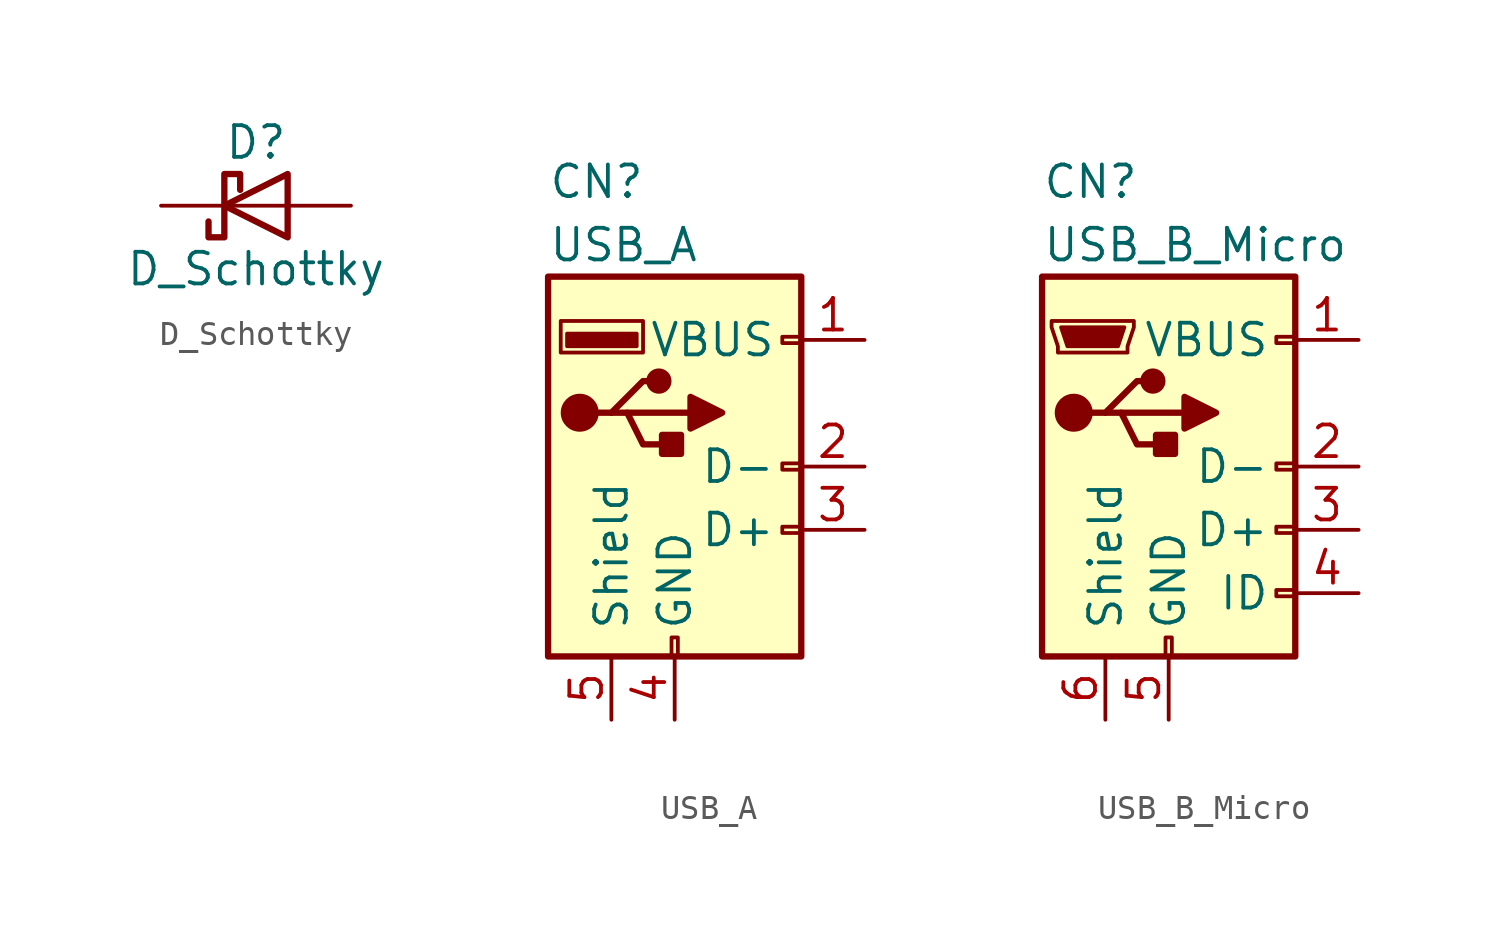
<source format=kicad_sym>
(kicad_symbol_lib
  (version 20211014)
  (generator kicad_symbol_editor)
  (symbol "D_Schottky"
    (pin_numbers hide)
    (pin_names
      (offset 1.016) hide)
    (property "Reference" "D"
      (at 0 2.54 0)
      (effects (font (size 1.27 1.27))))
    (property "Value" "D_Schottky"
      (at 0 -2.54 0)
      (effects (font (size 1.27 1.27))))
    (symbol "D_Schottky_0_1"
      (polyline (pts (xy 1.27 0) (xy -1.27 0)) (stroke (width 0) (type default) (color 0 0 0 0)) (fill (type none)))
      (polyline (pts (xy 1.27 1.27) (xy 1.27 -1.27) (xy -1.27 0) (xy 1.27 1.27)) (stroke (width 0.254) (type default) (color 0 0 0 0)) (fill (type none)))
      (polyline (pts (xy -0.635 0.635) (xy -0.635 1.27) (xy -1.27 1.27) (xy -1.27 -1.27) (xy -1.905 -1.27) (xy -1.905 -0.635)) (stroke (width 0.254) (type default) (color 0 0 0 0)) (fill (type none))))
    (symbol "D_Schottky_1_1"
      (pin passive line (at -3.81 0 0) (length 2.54) (name "K" (effects (font (size 1.27 1.27)))) (number "1" (effects (font (size 1.27 1.27)))))
      (pin passive line (at 3.81 0 180) (length 2.54) (name "A" (effects (font (size 1.27 1.27)))) (number "2" (effects (font (size 1.27 1.27)))))))
  (symbol "USB_A"
    (pin_names
      (offset 1.016))
    (property "Reference" "CN"
      (at -5.08 11.43 0)
      (effects (font (size 1.27 1.27)) (justify left)))
    (property "Value" "USB_A"
      (at -5.08 8.89 0)
      (effects (font (size 1.27 1.27)) (justify left)))
    (symbol "USB_A_0_1"
      (rectangle (start -5.08 -7.62) (end 5.08 7.62) (stroke (width 0.254) (type default) (color 0 0 0 0)) (fill (type background)))
      (circle (center -3.81 2.159) (radius 0.635) (stroke (width 0.254) (type default) (color 0 0 0 0)) (fill (type outline)))
      (rectangle (start -1.524 4.826) (end -4.318 5.334) (stroke (width 0) (type default) (color 0 0 0 0)) (fill (type outline)))
      (rectangle (start -1.27 4.572) (end -4.572 5.842) (stroke (width 0) (type default) (color 0 0 0 0)) (fill (type none)))
      (circle (center -0.635 3.429) (radius 0.381) (stroke (width 0.254) (type default) (color 0 0 0 0)) (fill (type outline)))
      (rectangle (start -0.127 -7.62) (end 0.127 -6.858) (stroke (width 0) (type default) (color 0 0 0 0)) (fill (type none)))
      (polyline (pts (xy -3.175 2.159) (xy -2.54 2.159) (xy -1.27 3.429) (xy -0.635 3.429)) (stroke (width 0.254) (type default) (color 0 0 0 0)) (fill (type none)))
      (polyline (pts (xy -2.54 2.159) (xy -1.905 2.159) (xy -1.27 0.889) (xy 0 0.889)) (stroke (width 0.254) (type default) (color 0 0 0 0)) (fill (type none)))
      (polyline (pts (xy 0.635 2.794) (xy 0.635 1.524) (xy 1.905 2.159) (xy 0.635 2.794)) (stroke (width 0.254) (type default) (color 0 0 0 0)) (fill (type outline)))
      (rectangle (start 0.254 1.27) (end -0.508 0.508) (stroke (width 0.254) (type default) (color 0 0 0 0)) (fill (type outline)))
      (rectangle (start 5.08 -2.667) (end 4.318 -2.413) (stroke (width 0) (type default) (color 0 0 0 0)) (fill (type none)))
      (rectangle (start 5.08 -0.127) (end 4.318 0.127) (stroke (width 0) (type default) (color 0 0 0 0)) (fill (type none)))
      (rectangle (start 5.08 4.953) (end 4.318 5.207) (stroke (width 0) (type default) (color 0 0 0 0)) (fill (type none))))
    (symbol "USB_A_1_1"
      (polyline (pts (xy -1.905 2.159) (xy 0.635 2.159)) (stroke (width 0.254) (type default) (color 0 0 0 0)) (fill (type none)))
      (pin power_in line (at 7.62 5.08 180) (length 2.54) (name "VBUS" (effects (font (size 1.27 1.27)))) (number "1" (effects (font (size 1.27 1.27)))))
      (pin bidirectional line (at 7.62 0 180) (length 2.54) (name "D-" (effects (font (size 1.27 1.27)))) (number "2" (effects (font (size 1.27 1.27)))))
      (pin bidirectional line (at 7.62 -2.54 180) (length 2.54) (name "D+" (effects (font (size 1.27 1.27)))) (number "3" (effects (font (size 1.27 1.27)))))
      (pin power_in line (at 0 -10.16 90) (length 2.54) (name "GND" (effects (font (size 1.27 1.27)))) (number "4" (effects (font (size 1.27 1.27)))))
      (pin passive line (at -2.54 -10.16 90) (length 2.54) (name "Shield" (effects (font (size 1.27 1.27)))) (number "5" (effects (font (size 1.27 1.27)))))))
  (symbol "USB_B_Micro"
    (pin_names
      (offset 1.016))
    (property "Reference" "CN"
      (at -5.08 11.43 0)
      (effects (font (size 1.27 1.27)) (justify left)))
    (property "Value" "USB_B_Micro"
      (at -5.08 8.89 0)
      (effects (font (size 1.27 1.27)) (justify left)))
    (symbol "USB_B_Micro_0_1"
      (rectangle (start -5.08 -7.62) (end 5.08 7.62) (stroke (width 0.254) (type default) (color 0 0 0 0)) (fill (type background)))
      (circle (center -3.81 2.159) (radius 0.635) (stroke (width 0.254) (type default) (color 0 0 0 0)) (fill (type outline)))
      (circle (center -0.635 3.429) (radius 0.381) (stroke (width 0.254) (type default) (color 0 0 0 0)) (fill (type outline)))
      (rectangle (start -0.127 -7.62) (end 0.127 -6.858) (stroke (width 0) (type default) (color 0 0 0 0)) (fill (type none)))
      (polyline (pts (xy -1.905 2.159) (xy 0.635 2.159)) (stroke (width 0.254) (type default) (color 0 0 0 0)) (fill (type none)))
      (polyline (pts (xy -3.175 2.159) (xy -2.54 2.159) (xy -1.27 3.429) (xy -0.635 3.429)) (stroke (width 0.254) (type default) (color 0 0 0 0)) (fill (type none)))
      (polyline (pts (xy -2.54 2.159) (xy -1.905 2.159) (xy -1.27 0.889) (xy 0 0.889)) (stroke (width 0.254) (type default) (color 0 0 0 0)) (fill (type none)))
      (polyline (pts (xy 0.635 2.794) (xy 0.635 1.524) (xy 1.905 2.159) (xy 0.635 2.794)) (stroke (width 0.254) (type default) (color 0 0 0 0)) (fill (type outline)))
      (polyline (pts (xy -4.318 5.588) (xy -1.778 5.588) (xy -2.032 4.826) (xy -4.064 4.826) (xy -4.318 5.588)) (stroke (width 0) (type default) (color 0 0 0 0)) (fill (type outline)))
      (polyline (pts (xy -4.699 5.842) (xy -4.699 5.588) (xy -4.445 4.826) (xy -4.445 4.572) (xy -1.651 4.572) (xy -1.651 4.826) (xy -1.397 5.588) (xy -1.397 5.842) (xy -4.699 5.842)) (stroke (width 0) (type default) (color 0 0 0 0)) (fill (type none)))
      (rectangle (start 0.254 1.27) (end -0.508 0.508) (stroke (width 0.254) (type default) (color 0 0 0 0)) (fill (type outline)))
      (rectangle (start 5.08 -5.207) (end 4.318 -4.953) (stroke (width 0) (type default) (color 0 0 0 0)) (fill (type none)))
      (rectangle (start 5.08 -2.667) (end 4.318 -2.413) (stroke (width 0) (type default) (color 0 0 0 0)) (fill (type none)))
      (rectangle (start 5.08 -0.127) (end 4.318 0.127) (stroke (width 0) (type default) (color 0 0 0 0)) (fill (type none)))
      (rectangle (start 5.08 4.953) (end 4.318 5.207) (stroke (width 0) (type default) (color 0 0 0 0)) (fill (type none))))
    (symbol "USB_B_Micro_1_1"
      (pin power_out line (at 7.62 5.08 180) (length 2.54) (name "VBUS" (effects (font (size 1.27 1.27)))) (number "1" (effects (font (size 1.27 1.27)))))
      (pin bidirectional line (at 7.62 0 180) (length 2.54) (name "D-" (effects (font (size 1.27 1.27)))) (number "2" (effects (font (size 1.27 1.27)))))
      (pin bidirectional line (at 7.62 -2.54 180) (length 2.54) (name "D+" (effects (font (size 1.27 1.27)))) (number "3" (effects (font (size 1.27 1.27)))))
      (pin passive line (at 7.62 -5.08 180) (length 2.54) (name "ID" (effects (font (size 1.27 1.27)))) (number "4" (effects (font (size 1.27 1.27)))))
      (pin power_out line (at 0 -10.16 90) (length 2.54) (name "GND" (effects (font (size 1.27 1.27)))) (number "5" (effects (font (size 1.27 1.27)))))
      (pin passive line (at -2.54 -10.16 90) (length 2.54) (name "Shield" (effects (font (size 1.27 1.27)))) (number "6" (effects (font (size 1.27 1.27))))))))
</source>
